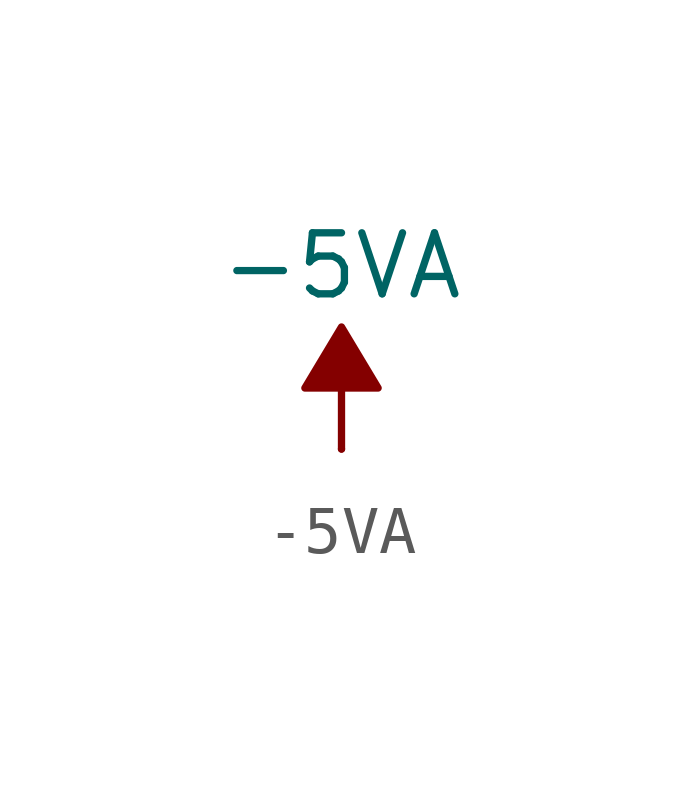
<source format=kicad_sym>
(kicad_symbol_lib
  (version 20231120)
  (generator "kicad_symbol_editor")
  (generator_version "8.0")
  (symbol "-5VA"
    (power)
    (pin_numbers hide)
    (pin_names
      (offset 0) hide)
    (property "Reference" "#PWR"
      (at 0 2.54 0)
      (effects (font (size 1.27 1.27)) (hide yes)))
    (property "Value" "-5VA"
      (at 0 3.81 0)
      (effects (font (size 1.27 1.27))))
    (symbol "-5VA_0_0"
      (pin power_in line (at 0 0 90) (length 0) (name "~" (effects (font (size 1.27 1.27)))) (number "1" (effects (font (size 1.27 1.27))))))
    (symbol "-5VA_0_1"
      (polyline (pts (xy 0 0) (xy 0 1.27) (xy 0.762 1.27) (xy 0 2.54) (xy -0.762 1.27) (xy 0 1.27)) (stroke (width 0) (type default)) (fill (type outline))))))
</source>
